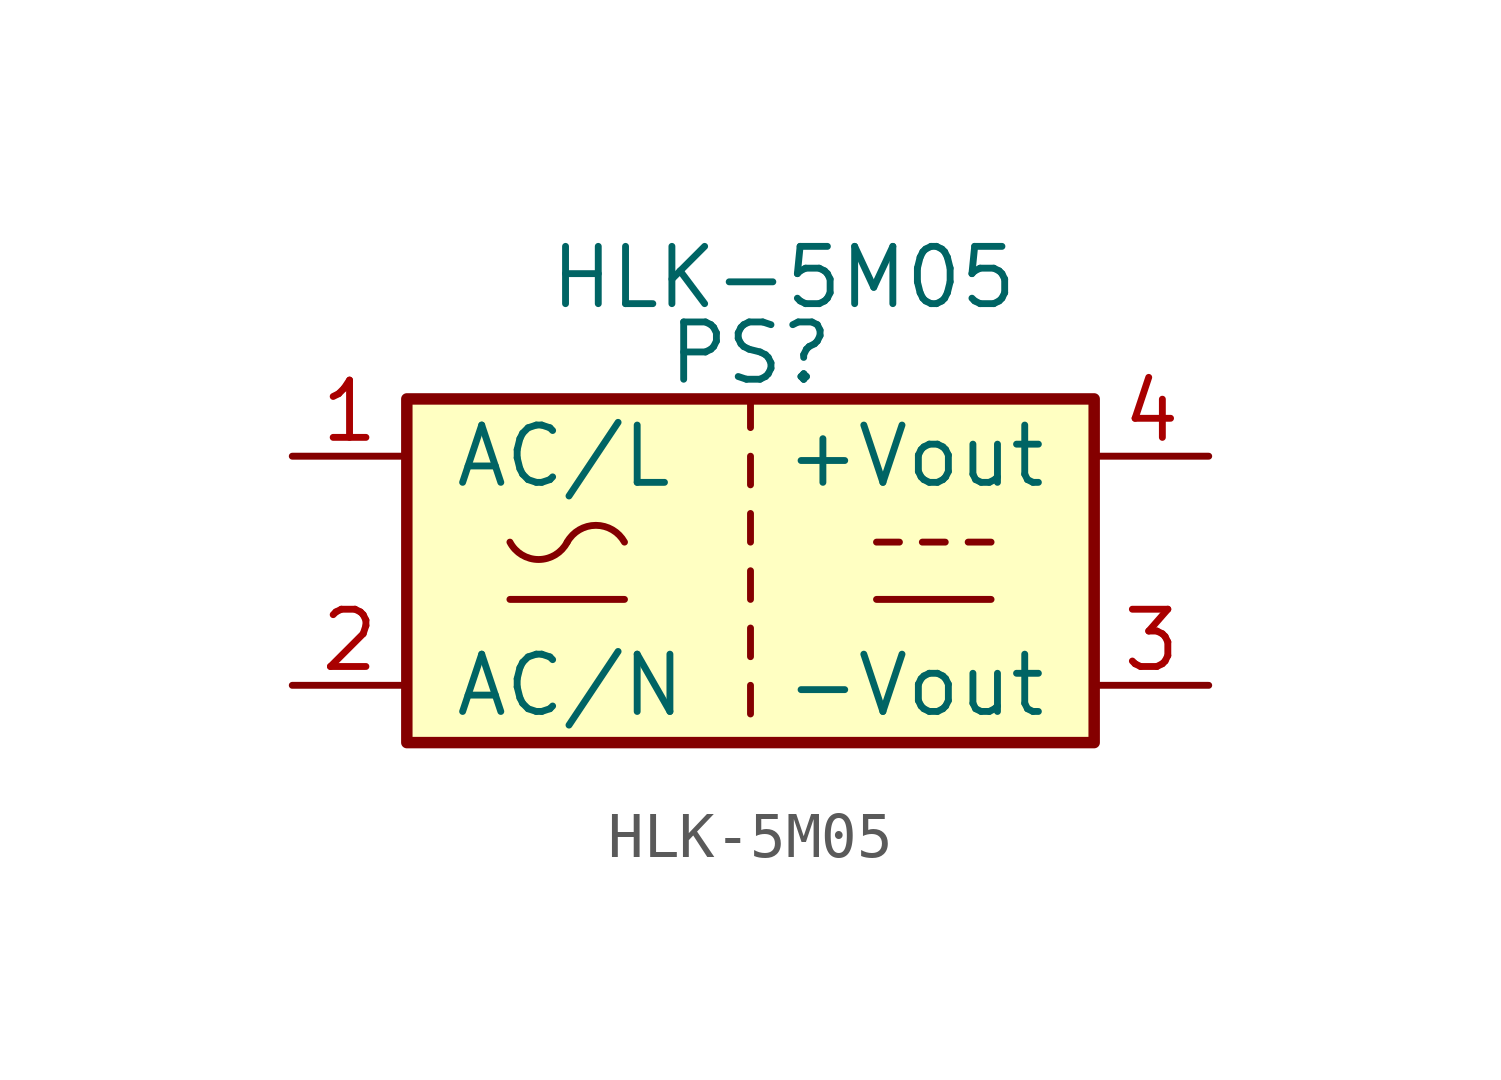
<source format=kicad_sym>
(kicad_symbol_lib
  (version 20220914)
  (generator kicad_symbol_editor)
  (symbol "HLK-5M05"
    (pin_names
      (offset 1.016))
    (property "Reference" "PS"
      (at 0 0 0)
      (effects (font (size 1.27 1.27))))
    (property "Value" "HLK-5M05"
      (at 0.737 1.676 0)
      (effects (font (size 1.27 1.27))))
    (symbol "HLK-5M05_1_1"
      (rectangle (start -7.62 -1.016) (end 7.62 -8.636) (stroke (width 0.254) (type solid)) (fill (type background)))
      (arc (start -5.334 -4.191) (mid -4.699 -4.5765) (end -4.064 -4.191) (stroke (width 0) (type solid)) (fill (type none)))
      (arc (start -2.794 -4.191) (mid -3.429 -3.8188) (end -4.064 -4.191) (stroke (width 0) (type solid)) (fill (type none)))
      (polyline (pts (xy -5.334 -5.461) (xy -2.794 -5.461)) (stroke (width 0) (type solid)) (fill (type none)))
      (polyline (pts (xy 0 -7.366) (xy 0 -8.001)) (stroke (width 0) (type solid)) (fill (type none)))
      (polyline (pts (xy 0 -6.096) (xy 0 -6.731)) (stroke (width 0) (type solid)) (fill (type none)))
      (polyline (pts (xy 0 -4.826) (xy 0 -5.461)) (stroke (width 0) (type solid)) (fill (type none)))
      (polyline (pts (xy 0 -3.556) (xy 0 -4.191)) (stroke (width 0) (type solid)) (fill (type none)))
      (polyline (pts (xy 0 -2.286) (xy 0 -2.921)) (stroke (width 0) (type solid)) (fill (type none)))
      (polyline (pts (xy 0 -1.016) (xy 0 -1.651)) (stroke (width 0) (type solid)) (fill (type none)))
      (polyline (pts (xy 2.794 -5.461) (xy 5.334 -5.461)) (stroke (width 0) (type solid)) (fill (type none)))
      (polyline (pts (xy 2.794 -4.191) (xy 3.302 -4.191)) (stroke (width 0) (type solid)) (fill (type none)))
      (polyline (pts (xy 3.81 -4.191) (xy 4.318 -4.191)) (stroke (width 0) (type solid)) (fill (type none)))
      (polyline (pts (xy 4.826 -4.191) (xy 5.334 -4.191)) (stroke (width 0) (type solid)) (fill (type none)))
      (pin power_in line (at -10.16 -2.286 0) (length 2.54) (name "AC/L" (effects (font (size 1.27 1.27)))) (number "1" (effects (font (size 1.27 1.27)))))
      (pin power_in line (at -10.16 -7.366 0) (length 2.54) (name "AC/N" (effects (font (size 1.27 1.27)))) (number "2" (effects (font (size 1.27 1.27)))))
      (pin power_out line (at 10.16 -7.366 180) (length 2.54) (name "-Vout" (effects (font (size 1.27 1.27)))) (number "3" (effects (font (size 1.27 1.27)))))
      (pin power_out line (at 10.16 -2.286 180) (length 2.54) (name "+Vout" (effects (font (size 1.27 1.27)))) (number "4" (effects (font (size 1.27 1.27))))))))
</source>
